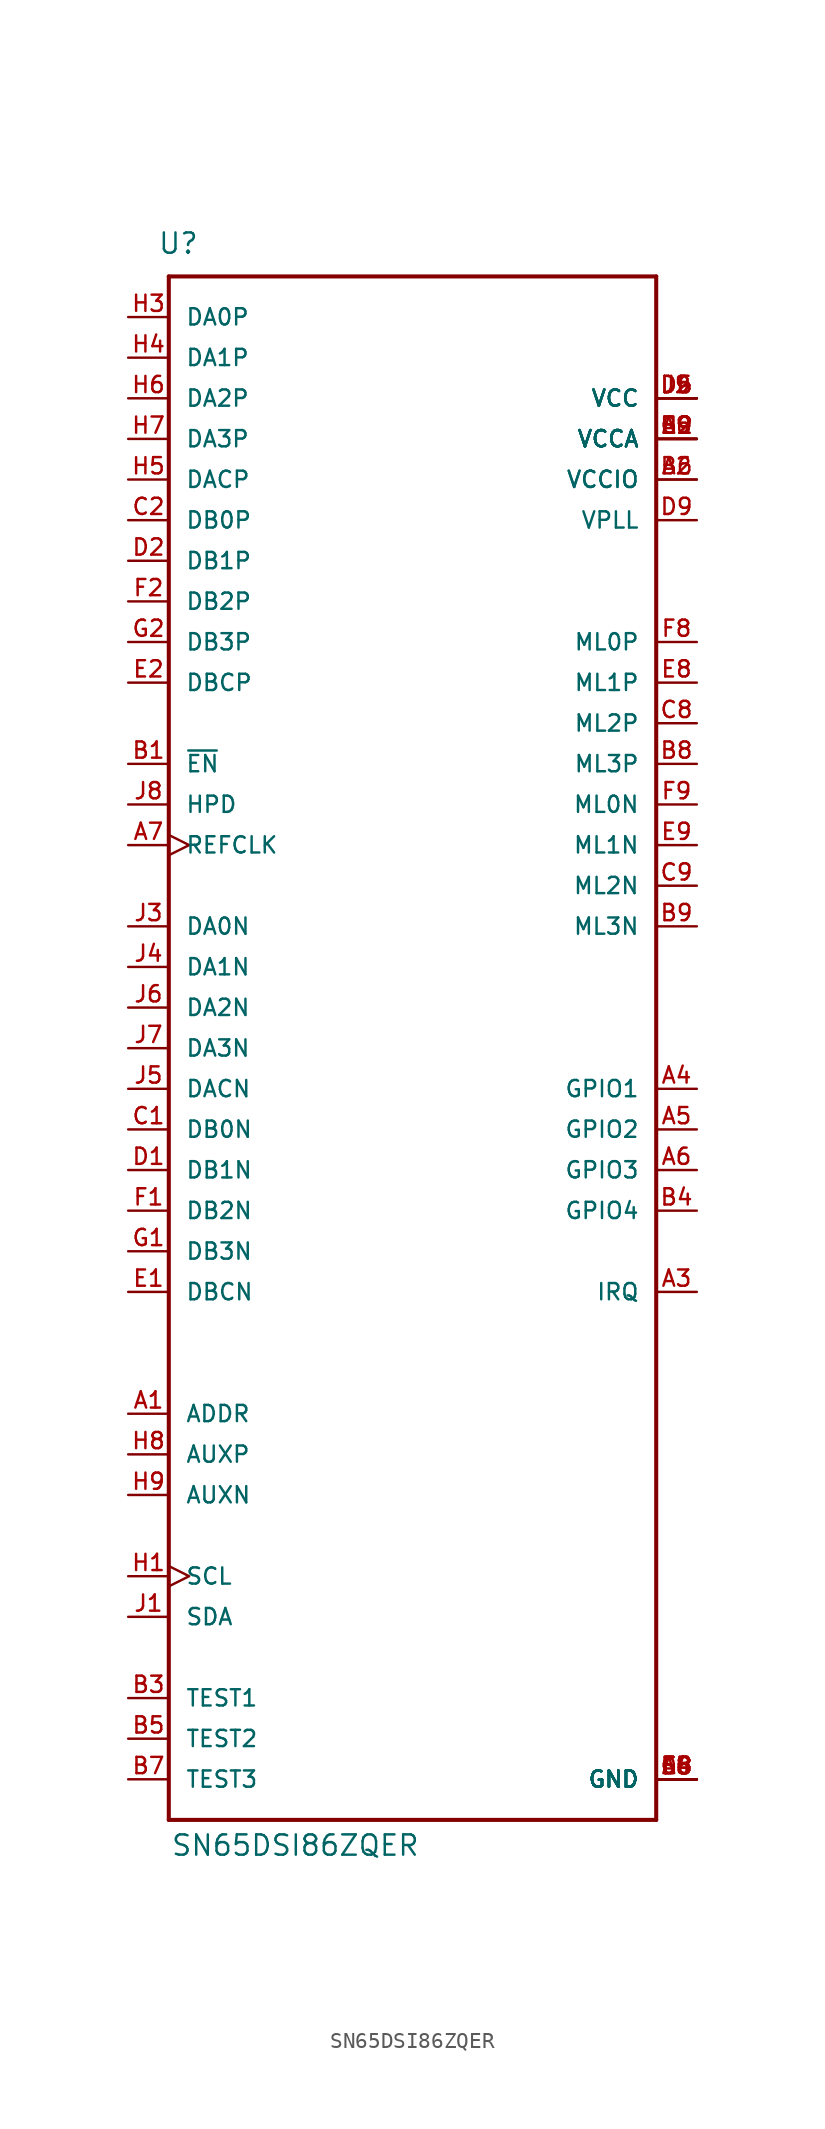
<source format=kicad_sym>
(kicad_symbol_lib
  (version 20211014)
  (generator kicad_symbol_editor)
  (symbol "SN65DSI86ZQER"
    (pin_names
      (offset 1.016))
    (property "Reference" "U"
      (at -15.951 44.501 0)
      (effects (font (size 1.27 1.27)) (justify left bottom)))
    (property "Value" "SN65DSI86ZQER"
      (at -15.138 -55.677 0)
      (effects (font (size 1.27 1.27)) (justify left bottom)))
    (property "ki_locked" ""
      (at 0 0 0)
      (effects (font (size 1.27 1.27))))
    (symbol "SN65DSI86ZQER_0_0"
      (polyline (pts (xy -15.24 -53.34) (xy -15.24 43.18)) (stroke (width 0.254) (type default) (color 0 0 0 0)) (fill (type none)))
      (polyline (pts (xy -15.24 43.18) (xy 15.24 43.18)) (stroke (width 0.254) (type default) (color 0 0 0 0)) (fill (type none)))
      (polyline (pts (xy 15.24 -53.34) (xy -15.24 -53.34)) (stroke (width 0.254) (type default) (color 0 0 0 0)) (fill (type none)))
      (polyline (pts (xy 15.24 43.18) (xy 15.24 -53.34)) (stroke (width 0.254) (type default) (color 0 0 0 0)) (fill (type none)))
      (pin bidirectional line (at -17.78 -27.94 0) (length 2.54) (name "ADDR" (effects (font (size 1.016 1.016)))) (number "A1" (effects (font (size 1.016 1.016)))))
      (pin power_in line (at 17.78 30.48 180) (length 2.54) (name "VCCIO" (effects (font (size 1.016 1.016)))) (number "A2" (effects (font (size 1.016 1.016)))))
      (pin output line (at 17.78 -20.32 180) (length 2.54) (name "IRQ" (effects (font (size 1.016 1.016)))) (number "A3" (effects (font (size 1.016 1.016)))))
      (pin bidirectional line (at 17.78 -7.62 180) (length 2.54) (name "GPIO1" (effects (font (size 1.016 1.016)))) (number "A4" (effects (font (size 1.016 1.016)))))
      (pin bidirectional line (at 17.78 -10.16 180) (length 2.54) (name "GPIO2" (effects (font (size 1.016 1.016)))) (number "A5" (effects (font (size 1.016 1.016)))))
      (pin bidirectional line (at 17.78 -12.7 180) (length 2.54) (name "GPIO3" (effects (font (size 1.016 1.016)))) (number "A6" (effects (font (size 1.016 1.016)))))
      (pin input clock (at -17.78 7.62 0) (length 2.54) (name "REFCLK" (effects (font (size 1.016 1.016)))) (number "A7" (effects (font (size 1.016 1.016)))))
      (pin power_in line (at 17.78 -50.8 180) (length 2.54) (name "GND" (effects (font (size 1.016 1.016)))) (number "A8" (effects (font (size 1.016 1.016)))))
      (pin power_in line (at 17.78 33.02 180) (length 2.54) (name "VCCA" (effects (font (size 1.016 1.016)))) (number "A9" (effects (font (size 1.016 1.016)))))
      (pin input line (at -17.78 12.7 0) (length 2.54) (name "~{EN}" (effects (font (size 1.016 1.016)))) (number "B1" (effects (font (size 1.016 1.016)))))
      (pin power_in line (at 17.78 33.02 180) (length 2.54) (name "VCCA" (effects (font (size 1.016 1.016)))) (number "B2" (effects (font (size 1.016 1.016)))))
      (pin input line (at -17.78 -45.72 0) (length 2.54) (name "TEST1" (effects (font (size 1.016 1.016)))) (number "B3" (effects (font (size 1.016 1.016)))))
      (pin bidirectional line (at 17.78 -15.24 180) (length 2.54) (name "GPIO4" (effects (font (size 1.016 1.016)))) (number "B4" (effects (font (size 1.016 1.016)))))
      (pin bidirectional line (at -17.78 -48.26 0) (length 2.54) (name "TEST2" (effects (font (size 1.016 1.016)))) (number "B5" (effects (font (size 1.016 1.016)))))
      (pin power_in line (at 17.78 30.48 180) (length 2.54) (name "VCCIO" (effects (font (size 1.016 1.016)))) (number "B6" (effects (font (size 1.016 1.016)))))
      (pin bidirectional line (at -17.78 -50.8 0) (length 2.54) (name "TEST3" (effects (font (size 1.016 1.016)))) (number "B7" (effects (font (size 1.016 1.016)))))
      (pin output line (at 17.78 12.7 180) (length 2.54) (name "ML3P" (effects (font (size 1.016 1.016)))) (number "B8" (effects (font (size 1.016 1.016)))))
      (pin output line (at 17.78 2.54 180) (length 2.54) (name "ML3N" (effects (font (size 1.016 1.016)))) (number "B9" (effects (font (size 1.016 1.016)))))
      (pin input line (at -17.78 -10.16 0) (length 2.54) (name "DB0N" (effects (font (size 1.016 1.016)))) (number "C1" (effects (font (size 1.016 1.016)))))
      (pin input line (at -17.78 27.94 0) (length 2.54) (name "DB0P" (effects (font (size 1.016 1.016)))) (number "C2" (effects (font (size 1.016 1.016)))))
      (pin output line (at 17.78 15.24 180) (length 2.54) (name "ML2P" (effects (font (size 1.016 1.016)))) (number "C8" (effects (font (size 1.016 1.016)))))
      (pin output line (at 17.78 5.08 180) (length 2.54) (name "ML2N" (effects (font (size 1.016 1.016)))) (number "C9" (effects (font (size 1.016 1.016)))))
      (pin input line (at -17.78 -12.7 0) (length 2.54) (name "DB1N" (effects (font (size 1.016 1.016)))) (number "D1" (effects (font (size 1.016 1.016)))))
      (pin input line (at -17.78 25.4 0) (length 2.54) (name "DB1P" (effects (font (size 1.016 1.016)))) (number "D2" (effects (font (size 1.016 1.016)))))
      (pin power_in line (at 17.78 35.56 180) (length 2.54) (name "VCC" (effects (font (size 1.016 1.016)))) (number "D5" (effects (font (size 1.016 1.016)))))
      (pin power_in line (at 17.78 35.56 180) (length 2.54) (name "VCC" (effects (font (size 1.016 1.016)))) (number "D6" (effects (font (size 1.016 1.016)))))
      (pin power_in line (at 17.78 -50.8 180) (length 2.54) (name "GND" (effects (font (size 1.016 1.016)))) (number "D8" (effects (font (size 1.016 1.016)))))
      (pin power_in line (at 17.78 27.94 180) (length 2.54) (name "VPLL" (effects (font (size 1.016 1.016)))) (number "D9" (effects (font (size 1.016 1.016)))))
      (pin input line (at -17.78 -20.32 0) (length 2.54) (name "DBCN" (effects (font (size 1.016 1.016)))) (number "E1" (effects (font (size 1.016 1.016)))))
      (pin input line (at -17.78 17.78 0) (length 2.54) (name "DBCP" (effects (font (size 1.016 1.016)))) (number "E2" (effects (font (size 1.016 1.016)))))
      (pin power_in line (at 17.78 -50.8 180) (length 2.54) (name "GND" (effects (font (size 1.016 1.016)))) (number "E4" (effects (font (size 1.016 1.016)))))
      (pin power_in line (at 17.78 -50.8 180) (length 2.54) (name "GND" (effects (font (size 1.016 1.016)))) (number "E5" (effects (font (size 1.016 1.016)))))
      (pin power_in line (at 17.78 33.02 180) (length 2.54) (name "VCCA" (effects (font (size 1.016 1.016)))) (number "E6" (effects (font (size 1.016 1.016)))))
      (pin output line (at 17.78 17.78 180) (length 2.54) (name "ML1P" (effects (font (size 1.016 1.016)))) (number "E8" (effects (font (size 1.016 1.016)))))
      (pin output line (at 17.78 7.62 180) (length 2.54) (name "ML1N" (effects (font (size 1.016 1.016)))) (number "E9" (effects (font (size 1.016 1.016)))))
      (pin input line (at -17.78 -15.24 0) (length 2.54) (name "DB2N" (effects (font (size 1.016 1.016)))) (number "F1" (effects (font (size 1.016 1.016)))))
      (pin input line (at -17.78 22.86 0) (length 2.54) (name "DB2P" (effects (font (size 1.016 1.016)))) (number "F2" (effects (font (size 1.016 1.016)))))
      (pin power_in line (at 17.78 -50.8 180) (length 2.54) (name "GND" (effects (font (size 1.016 1.016)))) (number "F4" (effects (font (size 1.016 1.016)))))
      (pin power_in line (at 17.78 -50.8 180) (length 2.54) (name "GND" (effects (font (size 1.016 1.016)))) (number "F5" (effects (font (size 1.016 1.016)))))
      (pin power_in line (at 17.78 -50.8 180) (length 2.54) (name "GND" (effects (font (size 1.016 1.016)))) (number "F6" (effects (font (size 1.016 1.016)))))
      (pin output line (at 17.78 20.32 180) (length 2.54) (name "ML0P" (effects (font (size 1.016 1.016)))) (number "F8" (effects (font (size 1.016 1.016)))))
      (pin output line (at 17.78 10.16 180) (length 2.54) (name "ML0N" (effects (font (size 1.016 1.016)))) (number "F9" (effects (font (size 1.016 1.016)))))
      (pin input line (at -17.78 -17.78 0) (length 2.54) (name "DB3N" (effects (font (size 1.016 1.016)))) (number "G1" (effects (font (size 1.016 1.016)))))
      (pin input line (at -17.78 20.32 0) (length 2.54) (name "DB3P" (effects (font (size 1.016 1.016)))) (number "G2" (effects (font (size 1.016 1.016)))))
      (pin power_in line (at 17.78 -50.8 180) (length 2.54) (name "GND" (effects (font (size 1.016 1.016)))) (number "G8" (effects (font (size 1.016 1.016)))))
      (pin power_in line (at 17.78 33.02 180) (length 2.54) (name "VCCA" (effects (font (size 1.016 1.016)))) (number "G9" (effects (font (size 1.016 1.016)))))
      (pin bidirectional clock (at -17.78 -38.1 0) (length 2.54) (name "SCL" (effects (font (size 1.016 1.016)))) (number "H1" (effects (font (size 1.016 1.016)))))
      (pin power_in line (at 17.78 33.02 180) (length 2.54) (name "VCCA" (effects (font (size 1.016 1.016)))) (number "H2" (effects (font (size 1.016 1.016)))))
      (pin input line (at -17.78 40.64 0) (length 2.54) (name "DA0P" (effects (font (size 1.016 1.016)))) (number "H3" (effects (font (size 1.016 1.016)))))
      (pin input line (at -17.78 38.1 0) (length 2.54) (name "DA1P" (effects (font (size 1.016 1.016)))) (number "H4" (effects (font (size 1.016 1.016)))))
      (pin input line (at -17.78 30.48 0) (length 2.54) (name "DACP" (effects (font (size 1.016 1.016)))) (number "H5" (effects (font (size 1.016 1.016)))))
      (pin input line (at -17.78 35.56 0) (length 2.54) (name "DA2P" (effects (font (size 1.016 1.016)))) (number "H6" (effects (font (size 1.016 1.016)))))
      (pin input line (at -17.78 33.02 0) (length 2.54) (name "DA3P" (effects (font (size 1.016 1.016)))) (number "H7" (effects (font (size 1.016 1.016)))))
      (pin bidirectional line (at -17.78 -30.48 0) (length 2.54) (name "AUXP" (effects (font (size 1.016 1.016)))) (number "H8" (effects (font (size 1.016 1.016)))))
      (pin bidirectional line (at -17.78 -33.02 0) (length 2.54) (name "AUXN" (effects (font (size 1.016 1.016)))) (number "H9" (effects (font (size 1.016 1.016)))))
      (pin bidirectional line (at -17.78 -40.64 0) (length 2.54) (name "SDA" (effects (font (size 1.016 1.016)))) (number "J1" (effects (font (size 1.016 1.016)))))
      (pin power_in line (at 17.78 35.56 180) (length 2.54) (name "VCC" (effects (font (size 1.016 1.016)))) (number "J2" (effects (font (size 1.016 1.016)))))
      (pin bidirectional line (at -17.78 2.54 0) (length 2.54) (name "DA0N" (effects (font (size 1.016 1.016)))) (number "J3" (effects (font (size 1.016 1.016)))))
      (pin input line (at -17.78 0 0) (length 2.54) (name "DA1N" (effects (font (size 1.016 1.016)))) (number "J4" (effects (font (size 1.016 1.016)))))
      (pin input line (at -17.78 -7.62 0) (length 2.54) (name "DACN" (effects (font (size 1.016 1.016)))) (number "J5" (effects (font (size 1.016 1.016)))))
      (pin input line (at -17.78 -2.54 0) (length 2.54) (name "DA2N" (effects (font (size 1.016 1.016)))) (number "J6" (effects (font (size 1.016 1.016)))))
      (pin input line (at -17.78 -5.08 0) (length 2.54) (name "DA3N" (effects (font (size 1.016 1.016)))) (number "J7" (effects (font (size 1.016 1.016)))))
      (pin input line (at -17.78 10.16 0) (length 2.54) (name "HPD" (effects (font (size 1.016 1.016)))) (number "J8" (effects (font (size 1.016 1.016)))))
      (pin power_in line (at 17.78 35.56 180) (length 2.54) (name "VCC" (effects (font (size 1.016 1.016)))) (number "J9" (effects (font (size 1.016 1.016))))))))
</source>
